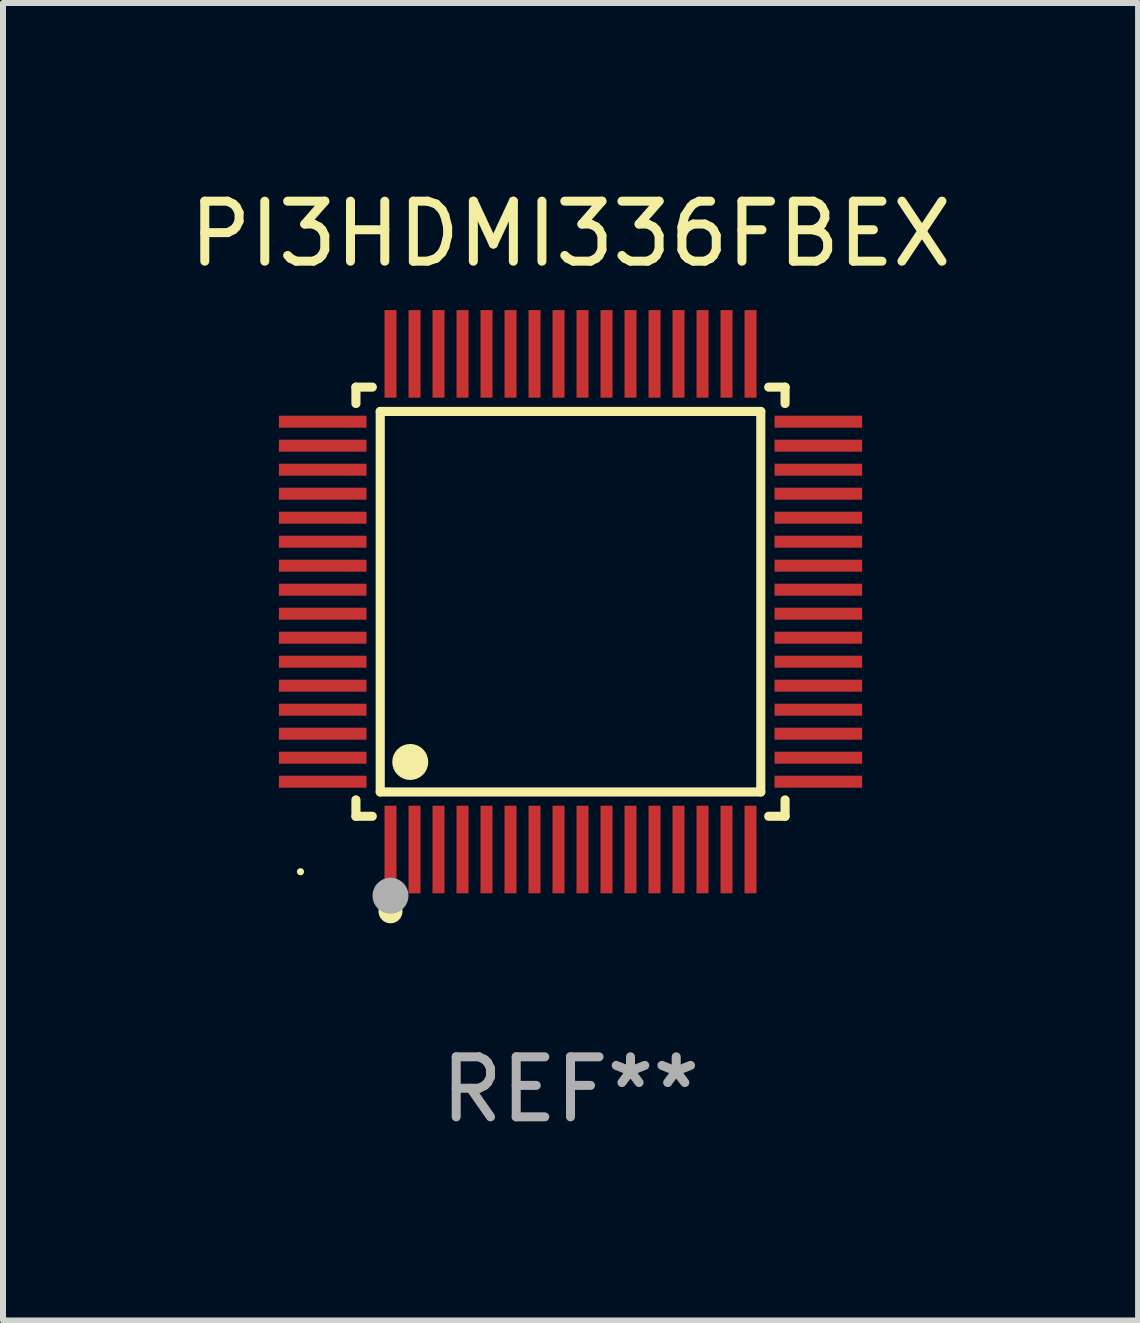
<source format=kicad_pcb>
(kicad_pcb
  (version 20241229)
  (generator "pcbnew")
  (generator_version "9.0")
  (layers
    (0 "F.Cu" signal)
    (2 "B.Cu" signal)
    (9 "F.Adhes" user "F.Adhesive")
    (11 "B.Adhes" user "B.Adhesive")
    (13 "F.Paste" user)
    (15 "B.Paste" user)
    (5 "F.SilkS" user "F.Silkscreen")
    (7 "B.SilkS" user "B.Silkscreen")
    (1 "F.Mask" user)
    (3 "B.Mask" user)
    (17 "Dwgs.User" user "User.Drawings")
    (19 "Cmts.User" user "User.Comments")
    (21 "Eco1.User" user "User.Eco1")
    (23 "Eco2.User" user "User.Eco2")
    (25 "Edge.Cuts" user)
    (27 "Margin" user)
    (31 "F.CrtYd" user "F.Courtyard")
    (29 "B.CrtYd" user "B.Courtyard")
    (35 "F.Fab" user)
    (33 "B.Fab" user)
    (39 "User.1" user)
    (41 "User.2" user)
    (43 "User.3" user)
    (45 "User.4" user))
  (footprint "PI3HDMI336FBEX"
    (layer "F.Cu")
    (at 6.458 6.978)
    (property "Reference" "PI3HDMI336FBEX" (at 0 -6.13 0) (layer "F.SilkS") (effects (font (size 1 1) (thickness 0.15))))
    (attr through_hole)
    (fp_line (start -3.576 -3.576) (end -3.303 -3.576) (stroke (width 0.152) (type solid)) (layer "F.SilkS"))
    (fp_line (start -3.576 -3.303) (end -3.576 -3.576) (stroke (width 0.152) (type solid)) (layer "F.SilkS"))
    (fp_line (start -3.576 3.303) (end -3.576 3.576) (stroke (width 0.152) (type solid)) (layer "F.SilkS"))
    (fp_line (start -3.576 3.576) (end -3.303 3.576) (stroke (width 0.152) (type solid)) (layer "F.SilkS"))
    (fp_line (start -3.171 -3.171) (end 3.171 -3.171) (stroke (width 0.152) (type solid)) (layer "F.SilkS"))
    (fp_line (start -3.171 3.171) (end -3.171 -3.171) (stroke (width 0.152) (type solid)) (layer "F.SilkS"))
    (fp_line (start 3.171 -3.171) (end 3.171 3.171) (stroke (width 0.152) (type solid)) (layer "F.SilkS"))
    (fp_line (start 3.171 3.171) (end -3.171 3.171) (stroke (width 0.152) (type solid)) (layer "F.SilkS"))
    (fp_line (start 3.576 -3.576) (end 3.303 -3.576) (stroke (width 0.152) (type solid)) (layer "F.SilkS"))
    (fp_line (start 3.576 -3.303) (end 3.576 -3.576) (stroke (width 0.152) (type solid)) (layer "F.SilkS"))
    (fp_line (start 3.576 3.303) (end 3.576 3.576) (stroke (width 0.152) (type solid)) (layer "F.SilkS"))
    (fp_line (start 3.576 3.576) (end 3.303 3.576) (stroke (width 0.152) (type solid)) (layer "F.SilkS"))
    (fp_circle (center -4.5 4.5) (end -4.47 4.5) (stroke (width 0.06) (type solid)) (fill no) (layer "F.SilkS"))
    (fp_circle (center -3 5.16) (end -2.9 5.16) (stroke (width 0.2) (type solid)) (fill no) (layer "F.SilkS"))
    (fp_circle (center -2.671 2.671) (end -2.521 2.671) (stroke (width 0.3) (type solid)) (fill no) (layer "F.SilkS"))
    (fp_circle (center -3 4.9) (end -2.85 4.9) (stroke (width 0.3) (type solid)) (fill no) (layer "F.Fab"))
    (fp_text user "REF**" (at 0 8.13 0) (layer "F.Fab") (effects (font (size 1 1) (thickness 0.15))))
    (pad "1" smd rect (at -3 4.13) (size 0.2 1.46) (layers "F.Cu" "F.Mask" "F.Paste"))
    (pad "2" smd rect (at -2.6 4.13) (size 0.2 1.46) (layers "F.Cu" "F.Mask" "F.Paste"))
    (pad "3" smd rect (at -2.2 4.13) (size 0.2 1.46) (layers "F.Cu" "F.Mask" "F.Paste"))
    (pad "4" smd rect (at -1.8 4.13) (size 0.2 1.46) (layers "F.Cu" "F.Mask" "F.Paste"))
    (pad "5" smd rect (at -1.4 4.13) (size 0.2 1.46) (layers "F.Cu" "F.Mask" "F.Paste"))
    (pad "6" smd rect (at -1 4.13) (size 0.2 1.46) (layers "F.Cu" "F.Mask" "F.Paste"))
    (pad "7" smd rect (at -0.6 4.13) (size 0.2 1.46) (layers "F.Cu" "F.Mask" "F.Paste"))
    (pad "8" smd rect (at -0.2 4.13) (size 0.2 1.46) (layers "F.Cu" "F.Mask" "F.Paste"))
    (pad "9" smd rect (at 0.2 4.13) (size 0.2 1.46) (layers "F.Cu" "F.Mask" "F.Paste"))
    (pad "10" smd rect (at 0.6 4.13) (size 0.2 1.46) (layers "F.Cu" "F.Mask" "F.Paste"))
    (pad "11" smd rect (at 1 4.13) (size 0.2 1.46) (layers "F.Cu" "F.Mask" "F.Paste"))
    (pad "12" smd rect (at 1.4 4.13) (size 0.2 1.46) (layers "F.Cu" "F.Mask" "F.Paste"))
    (pad "13" smd rect (at 1.8 4.13) (size 0.2 1.46) (layers "F.Cu" "F.Mask" "F.Paste"))
    (pad "14" smd rect (at 2.2 4.13) (size 0.2 1.46) (layers "F.Cu" "F.Mask" "F.Paste"))
    (pad "15" smd rect (at 2.6 4.13) (size 0.2 1.46) (layers "F.Cu" "F.Mask" "F.Paste"))
    (pad "16" smd rect (at 3 4.13) (size 0.2 1.46) (layers "F.Cu" "F.Mask" "F.Paste"))
    (pad "17" smd rect (at 4.13 3) (size 1.46 0.2) (layers "F.Cu" "F.Mask" "F.Paste"))
    (pad "18" smd rect (at 4.13 2.6) (size 1.46 0.2) (layers "F.Cu" "F.Mask" "F.Paste"))
    (pad "19" smd rect (at 4.13 2.2) (size 1.46 0.2) (layers "F.Cu" "F.Mask" "F.Paste"))
    (pad "20" smd rect (at 4.13 1.8) (size 1.46 0.2) (layers "F.Cu" "F.Mask" "F.Paste"))
    (pad "21" smd rect (at 4.13 1.4) (size 1.46 0.2) (layers "F.Cu" "F.Mask" "F.Paste"))
    (pad "22" smd rect (at 4.13 1) (size 1.46 0.2) (layers "F.Cu" "F.Mask" "F.Paste"))
    (pad "23" smd rect (at 4.13 0.6) (size 1.46 0.2) (layers "F.Cu" "F.Mask" "F.Paste"))
    (pad "24" smd rect (at 4.13 0.2) (size 1.46 0.2) (layers "F.Cu" "F.Mask" "F.Paste"))
    (pad "25" smd rect (at 4.13 -0.2) (size 1.46 0.2) (layers "F.Cu" "F.Mask" "F.Paste"))
    (pad "26" smd rect (at 4.13 -0.6) (size 1.46 0.2) (layers "F.Cu" "F.Mask" "F.Paste"))
    (pad "27" smd rect (at 4.13 -1) (size 1.46 0.2) (layers "F.Cu" "F.Mask" "F.Paste"))
    (pad "28" smd rect (at 4.13 -1.4) (size 1.46 0.2) (layers "F.Cu" "F.Mask" "F.Paste"))
    (pad "29" smd rect (at 4.13 -1.8) (size 1.46 0.2) (layers "F.Cu" "F.Mask" "F.Paste"))
    (pad "30" smd rect (at 4.13 -2.2) (size 1.46 0.2) (layers "F.Cu" "F.Mask" "F.Paste"))
    (pad "31" smd rect (at 4.13 -2.6) (size 1.46 0.2) (layers "F.Cu" "F.Mask" "F.Paste"))
    (pad "32" smd rect (at 4.13 -3) (size 1.46 0.2) (layers "F.Cu" "F.Mask" "F.Paste"))
    (pad "33" smd rect (at 3 -4.13) (size 0.2 1.46) (layers "F.Cu" "F.Mask" "F.Paste"))
    (pad "34" smd rect (at 2.6 -4.13) (size 0.2 1.46) (layers "F.Cu" "F.Mask" "F.Paste"))
    (pad "35" smd rect (at 2.2 -4.13) (size 0.2 1.46) (layers "F.Cu" "F.Mask" "F.Paste"))
    (pad "36" smd rect (at 1.8 -4.13) (size 0.2 1.46) (layers "F.Cu" "F.Mask" "F.Paste"))
    (pad "37" smd rect (at 1.4 -4.13) (size 0.2 1.46) (layers "F.Cu" "F.Mask" "F.Paste"))
    (pad "38" smd rect (at 1 -4.13) (size 0.2 1.46) (layers "F.Cu" "F.Mask" "F.Paste"))
    (pad "39" smd rect (at 0.6 -4.13) (size 0.2 1.46) (layers "F.Cu" "F.Mask" "F.Paste"))
    (pad "40" smd rect (at 0.2 -4.13) (size 0.2 1.46) (layers "F.Cu" "F.Mask" "F.Paste"))
    (pad "41" smd rect (at -0.2 -4.13) (size 0.2 1.46) (layers "F.Cu" "F.Mask" "F.Paste"))
    (pad "42" smd rect (at -0.6 -4.13) (size 0.2 1.46) (layers "F.Cu" "F.Mask" "F.Paste"))
    (pad "43" smd rect (at -1 -4.13) (size 0.2 1.46) (layers "F.Cu" "F.Mask" "F.Paste"))
    (pad "44" smd rect (at -1.4 -4.13) (size 0.2 1.46) (layers "F.Cu" "F.Mask" "F.Paste"))
    (pad "45" smd rect (at -1.8 -4.13) (size 0.2 1.46) (layers "F.Cu" "F.Mask" "F.Paste"))
    (pad "46" smd rect (at -2.2 -4.13) (size 0.2 1.46) (layers "F.Cu" "F.Mask" "F.Paste"))
    (pad "47" smd rect (at -2.6 -4.13) (size 0.2 1.46) (layers "F.Cu" "F.Mask" "F.Paste"))
    (pad "48" smd rect (at -3 -4.13) (size 0.2 1.46) (layers "F.Cu" "F.Mask" "F.Paste"))
    (pad "49" smd rect (at -4.13 -3) (size 1.46 0.2) (layers "F.Cu" "F.Mask" "F.Paste"))
    (pad "50" smd rect (at -4.13 -2.6) (size 1.46 0.2) (layers "F.Cu" "F.Mask" "F.Paste"))
    (pad "51" smd rect (at -4.13 -2.2) (size 1.46 0.2) (layers "F.Cu" "F.Mask" "F.Paste"))
    (pad "52" smd rect (at -4.13 -1.8) (size 1.46 0.2) (layers "F.Cu" "F.Mask" "F.Paste"))
    (pad "53" smd rect (at -4.13 -1.4) (size 1.46 0.2) (layers "F.Cu" "F.Mask" "F.Paste"))
    (pad "54" smd rect (at -4.13 -1) (size 1.46 0.2) (layers "F.Cu" "F.Mask" "F.Paste"))
    (pad "55" smd rect (at -4.13 -0.6) (size 1.46 0.2) (layers "F.Cu" "F.Mask" "F.Paste"))
    (pad "56" smd rect (at -4.13 -0.2) (size 1.46 0.2) (layers "F.Cu" "F.Mask" "F.Paste"))
    (pad "57" smd rect (at -4.13 0.2) (size 1.46 0.2) (layers "F.Cu" "F.Mask" "F.Paste"))
    (pad "58" smd rect (at -4.13 0.6) (size 1.46 0.2) (layers "F.Cu" "F.Mask" "F.Paste"))
    (pad "59" smd rect (at -4.13 1) (size 1.46 0.2) (layers "F.Cu" "F.Mask" "F.Paste"))
    (pad "60" smd rect (at -4.13 1.4) (size 1.46 0.2) (layers "F.Cu" "F.Mask" "F.Paste"))
    (pad "61" smd rect (at -4.13 1.8) (size 1.46 0.2) (layers "F.Cu" "F.Mask" "F.Paste"))
    (pad "62" smd rect (at -4.13 2.2) (size 1.46 0.2) (layers "F.Cu" "F.Mask" "F.Paste"))
    (pad "63" smd rect (at -4.13 2.6) (size 1.46 0.2) (layers "F.Cu" "F.Mask" "F.Paste"))
    (pad "64" smd rect (at -4.13 3) (size 1.46 0.2) (layers "F.Cu" "F.Mask" "F.Paste")))
  (gr_rect
    (start -3 -3)
    (end 15.917 18.957)
    (stroke (width 0.1) (type default))
    (fill no)
    (layer "Edge.Cuts")))
</source>
